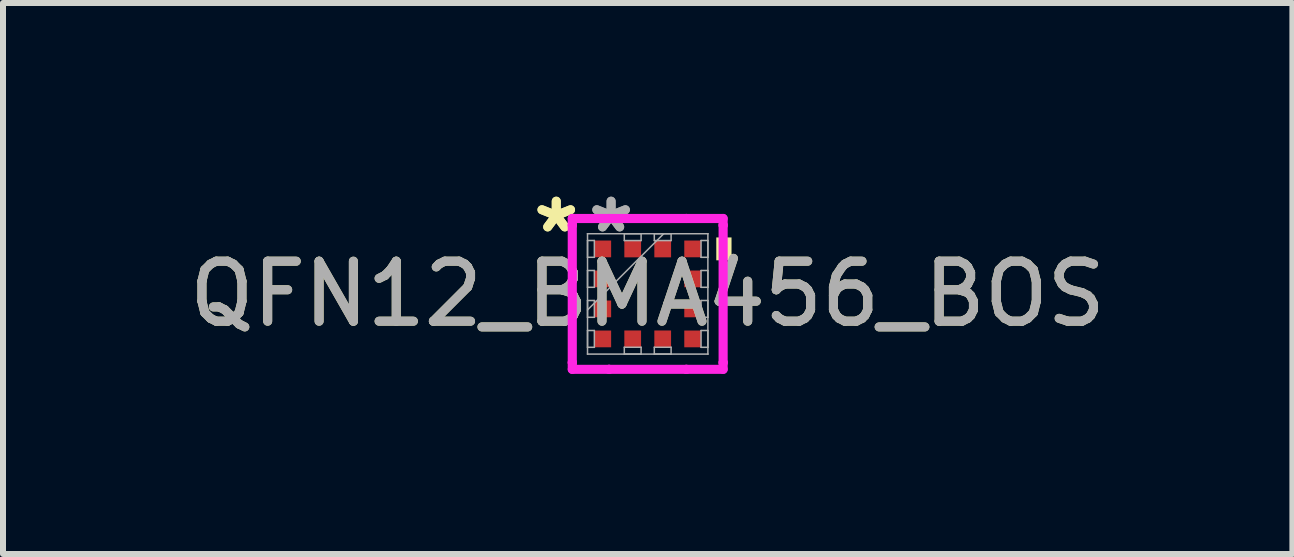
<source format=kicad_pcb>
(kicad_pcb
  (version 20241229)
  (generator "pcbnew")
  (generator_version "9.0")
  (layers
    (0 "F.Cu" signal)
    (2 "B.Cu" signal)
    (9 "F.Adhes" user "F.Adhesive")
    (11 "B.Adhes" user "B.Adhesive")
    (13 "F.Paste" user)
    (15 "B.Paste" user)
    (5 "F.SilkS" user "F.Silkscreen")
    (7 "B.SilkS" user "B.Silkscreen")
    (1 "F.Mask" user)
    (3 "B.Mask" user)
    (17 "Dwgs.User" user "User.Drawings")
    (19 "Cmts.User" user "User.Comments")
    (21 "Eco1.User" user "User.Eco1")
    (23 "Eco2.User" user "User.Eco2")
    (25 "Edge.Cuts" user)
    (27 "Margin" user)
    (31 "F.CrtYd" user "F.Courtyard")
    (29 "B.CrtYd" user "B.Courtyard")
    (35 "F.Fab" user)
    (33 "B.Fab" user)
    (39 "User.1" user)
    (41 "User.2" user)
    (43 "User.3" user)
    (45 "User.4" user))
  (footprint "QFN12_BMA456_BOS"
    (layer "F.Cu")
    (at 7.744 1.848)
    (property "Reference" "QFN12_BMA456_BOS" (at 0 0 0) (unlocked yes) (layer "F.SilkS") (effects (font (size 1 1) (thickness 0.15))))
    (attr smd)
    (fp_poly (pts (xy 1.397 -0.941) (xy 1.397 -0.56) (xy 1.143 -0.56) (xy 1.143 -0.941)) (stroke (width 0) (type solid)) (fill yes) (layer "F.SilkS"))
    (fp_line (start -1.257 -1.257) (end -0.644 -1.257) (stroke (width 0.152) (type solid)) (layer "F.CrtYd"))
    (fp_line (start -1.257 -1.144) (end -1.257 -1.257) (stroke (width 0.152) (type solid)) (layer "F.CrtYd"))
    (fp_line (start -1.257 -1.144) (end -1.257 -1.144) (stroke (width 0.152) (type solid)) (layer "F.CrtYd"))
    (fp_line (start -1.257 1.144) (end -1.257 -1.144) (stroke (width 0.152) (type solid)) (layer "F.CrtYd"))
    (fp_line (start -1.257 1.144) (end -1.257 1.144) (stroke (width 0.152) (type solid)) (layer "F.CrtYd"))
    (fp_line (start -1.257 1.257) (end -1.257 1.144) (stroke (width 0.152) (type solid)) (layer "F.CrtYd"))
    (fp_line (start -0.644 -1.257) (end -0.644 -1.257) (stroke (width 0.152) (type solid)) (layer "F.CrtYd"))
    (fp_line (start -0.644 -1.257) (end 0.644 -1.257) (stroke (width 0.152) (type solid)) (layer "F.CrtYd"))
    (fp_line (start -0.644 1.257) (end -1.257 1.257) (stroke (width 0.152) (type solid)) (layer "F.CrtYd"))
    (fp_line (start -0.644 1.257) (end -0.644 1.257) (stroke (width 0.152) (type solid)) (layer "F.CrtYd"))
    (fp_line (start 0.644 -1.257) (end 0.644 -1.257) (stroke (width 0.152) (type solid)) (layer "F.CrtYd"))
    (fp_line (start 0.644 -1.257) (end 1.257 -1.257) (stroke (width 0.152) (type solid)) (layer "F.CrtYd"))
    (fp_line (start 0.644 1.257) (end -0.644 1.257) (stroke (width 0.152) (type solid)) (layer "F.CrtYd"))
    (fp_line (start 0.644 1.257) (end 0.644 1.257) (stroke (width 0.152) (type solid)) (layer "F.CrtYd"))
    (fp_line (start 1.257 -1.257) (end 1.257 -1.144) (stroke (width 0.152) (type solid)) (layer "F.CrtYd"))
    (fp_line (start 1.257 -1.144) (end 1.257 -1.144) (stroke (width 0.152) (type solid)) (layer "F.CrtYd"))
    (fp_line (start 1.257 -1.144) (end 1.257 1.144) (stroke (width 0.152) (type solid)) (layer "F.CrtYd"))
    (fp_line (start 1.257 1.144) (end 1.257 1.144) (stroke (width 0.152) (type solid)) (layer "F.CrtYd"))
    (fp_line (start 1.257 1.144) (end 1.257 1.257) (stroke (width 0.152) (type solid)) (layer "F.CrtYd"))
    (fp_line (start 1.257 1.257) (end 0.644 1.257) (stroke (width 0.152) (type solid)) (layer "F.CrtYd"))
    (fp_line (start -1.003 -1.003) (end -1.003 -1.003) (stroke (width 0.025) (type solid)) (layer "F.Fab"))
    (fp_line (start -1.003 -1.003) (end -1.003 1.003) (stroke (width 0.025) (type solid)) (layer "F.Fab"))
    (fp_line (start -1.003 -0.89) (end -0.889 -0.89) (stroke (width 0.025) (type solid)) (layer "F.Fab"))
    (fp_line (start -1.003 -0.61) (end -1.003 -0.89) (stroke (width 0.025) (type solid)) (layer "F.Fab"))
    (fp_line (start -1.003 -0.39) (end -0.889 -0.39) (stroke (width 0.025) (type solid)) (layer "F.Fab"))
    (fp_line (start -1.003 -0.11) (end -1.003 -0.39) (stroke (width 0.025) (type solid)) (layer "F.Fab"))
    (fp_line (start -1.003 0.11) (end -0.889 0.11) (stroke (width 0.025) (type solid)) (layer "F.Fab"))
    (fp_line (start -1.003 0.267) (end 0.267 -1.003) (stroke (width 0.025) (type solid)) (layer "F.Fab"))
    (fp_line (start -1.003 0.39) (end -1.003 0.11) (stroke (width 0.025) (type solid)) (layer "F.Fab"))
    (fp_line (start -1.003 0.61) (end -0.889 0.61) (stroke (width 0.025) (type solid)) (layer "F.Fab"))
    (fp_line (start -1.003 0.89) (end -1.003 0.61) (stroke (width 0.025) (type solid)) (layer "F.Fab"))
    (fp_line (start -1.003 1.003) (end -1.003 1.003) (stroke (width 0.025) (type solid)) (layer "F.Fab"))
    (fp_line (start -1.003 1.003) (end 1.003 1.003) (stroke (width 0.025) (type solid)) (layer "F.Fab"))
    (fp_line (start -0.889 -0.89) (end -0.889 -0.61) (stroke (width 0.025) (type solid)) (layer "F.Fab"))
    (fp_line (start -0.889 -0.61) (end -1.003 -0.61) (stroke (width 0.025) (type solid)) (layer "F.Fab"))
    (fp_line (start -0.889 -0.39) (end -0.889 -0.11) (stroke (width 0.025) (type solid)) (layer "F.Fab"))
    (fp_line (start -0.889 -0.11) (end -1.003 -0.11) (stroke (width 0.025) (type solid)) (layer "F.Fab"))
    (fp_line (start -0.889 0.11) (end -0.889 0.39) (stroke (width 0.025) (type solid)) (layer "F.Fab"))
    (fp_line (start -0.889 0.39) (end -1.003 0.39) (stroke (width 0.025) (type solid)) (layer "F.Fab"))
    (fp_line (start -0.889 0.61) (end -0.889 0.89) (stroke (width 0.025) (type solid)) (layer "F.Fab"))
    (fp_line (start -0.889 0.89) (end -1.003 0.89) (stroke (width 0.025) (type solid)) (layer "F.Fab"))
    (fp_line (start -0.39 -1.003) (end -0.11 -1.003) (stroke (width 0.025) (type solid)) (layer "F.Fab"))
    (fp_line (start -0.39 -0.889) (end -0.39 -1.003) (stroke (width 0.025) (type solid)) (layer "F.Fab"))
    (fp_line (start -0.39 0.889) (end -0.11 0.889) (stroke (width 0.025) (type solid)) (layer "F.Fab"))
    (fp_line (start -0.39 1.003) (end -0.39 0.889) (stroke (width 0.025) (type solid)) (layer "F.Fab"))
    (fp_line (start -0.11 -1.003) (end -0.11 -0.889) (stroke (width 0.025) (type solid)) (layer "F.Fab"))
    (fp_line (start -0.11 -0.889) (end -0.39 -0.889) (stroke (width 0.025) (type solid)) (layer "F.Fab"))
    (fp_line (start -0.11 0.889) (end -0.11 1.003) (stroke (width 0.025) (type solid)) (layer "F.Fab"))
    (fp_line (start -0.11 1.003) (end -0.39 1.003) (stroke (width 0.025) (type solid)) (layer "F.Fab"))
    (fp_line (start 0.11 -1.003) (end 0.39 -1.003) (stroke (width 0.025) (type solid)) (layer "F.Fab"))
    (fp_line (start 0.11 -0.889) (end 0.11 -1.003) (stroke (width 0.025) (type solid)) (layer "F.Fab"))
    (fp_line (start 0.11 0.889) (end 0.39 0.889) (stroke (width 0.025) (type solid)) (layer "F.Fab"))
    (fp_line (start 0.11 1.003) (end 0.11 0.889) (stroke (width 0.025) (type solid)) (layer "F.Fab"))
    (fp_line (start 0.39 -1.003) (end 0.39 -0.889) (stroke (width 0.025) (type solid)) (layer "F.Fab"))
    (fp_line (start 0.39 -0.889) (end 0.11 -0.889) (stroke (width 0.025) (type solid)) (layer "F.Fab"))
    (fp_line (start 0.39 0.889) (end 0.39 1.003) (stroke (width 0.025) (type solid)) (layer "F.Fab"))
    (fp_line (start 0.39 1.003) (end 0.11 1.003) (stroke (width 0.025) (type solid)) (layer "F.Fab"))
    (fp_line (start 0.889 -0.89) (end 1.003 -0.89) (stroke (width 0.025) (type solid)) (layer "F.Fab"))
    (fp_line (start 0.889 -0.61) (end 0.889 -0.89) (stroke (width 0.025) (type solid)) (layer "F.Fab"))
    (fp_line (start 0.889 -0.39) (end 1.003 -0.39) (stroke (width 0.025) (type solid)) (layer "F.Fab"))
    (fp_line (start 0.889 -0.11) (end 0.889 -0.39) (stroke (width 0.025) (type solid)) (layer "F.Fab"))
    (fp_line (start 0.889 0.11) (end 1.003 0.11) (stroke (width 0.025) (type solid)) (layer "F.Fab"))
    (fp_line (start 0.889 0.39) (end 0.889 0.11) (stroke (width 0.025) (type solid)) (layer "F.Fab"))
    (fp_line (start 0.889 0.61) (end 1.003 0.61) (stroke (width 0.025) (type solid)) (layer "F.Fab"))
    (fp_line (start 0.889 0.89) (end 0.889 0.61) (stroke (width 0.025) (type solid)) (layer "F.Fab"))
    (fp_line (start 1.003 -1.003) (end -1.003 -1.003) (stroke (width 0.025) (type solid)) (layer "F.Fab"))
    (fp_line (start 1.003 -1.003) (end 1.003 -1.003) (stroke (width 0.025) (type solid)) (layer "F.Fab"))
    (fp_line (start 1.003 -0.89) (end 1.003 -0.61) (stroke (width 0.025) (type solid)) (layer "F.Fab"))
    (fp_line (start 1.003 -0.61) (end 0.889 -0.61) (stroke (width 0.025) (type solid)) (layer "F.Fab"))
    (fp_line (start 1.003 -0.39) (end 1.003 -0.11) (stroke (width 0.025) (type solid)) (layer "F.Fab"))
    (fp_line (start 1.003 -0.11) (end 0.889 -0.11) (stroke (width 0.025) (type solid)) (layer "F.Fab"))
    (fp_line (start 1.003 0.11) (end 1.003 0.39) (stroke (width 0.025) (type solid)) (layer "F.Fab"))
    (fp_line (start 1.003 0.39) (end 0.889 0.39) (stroke (width 0.025) (type solid)) (layer "F.Fab"))
    (fp_line (start 1.003 0.61) (end 1.003 0.89) (stroke (width 0.025) (type solid)) (layer "F.Fab"))
    (fp_line (start 1.003 0.89) (end 0.889 0.89) (stroke (width 0.025) (type solid)) (layer "F.Fab"))
    (fp_line (start 1.003 1.003) (end 1.003 -1.003) (stroke (width 0.025) (type solid)) (layer "F.Fab"))
    (fp_line (start 1.003 1.003) (end 1.003 1.003) (stroke (width 0.025) (type solid)) (layer "F.Fab"))
    (fp_text user "*" (at -1.524 -1 0) (unlocked yes) (layer "F.SilkS") (effects (font (size 1 1) (thickness 0.15))))
    (fp_text user "*" (at -1.524 -1 0) (layer "F.SilkS") (effects (font (size 1 1) (thickness 0.15))))
    (fp_text user "${REFERENCE}" (at 0 0 0) (unlocked yes) (layer "F.Fab") (effects (font (size 1 1) (thickness 0.15))))
    (fp_text user "*" (at -0.61 -1 0) (layer "F.Fab") (effects (font (size 1 1) (thickness 0.15))))
    (fp_text user "*" (at -0.61 -1 0) (unlocked yes) (layer "F.Fab") (effects (font (size 1 1) (thickness 0.15))))
    (pad "1" smd rect (at -0.749 -0.75 90) (size 0.279 0.279) (layers "F.Cu" "F.Mask" "F.Paste"))
    (pad "2" smd rect (at -0.749 -0.25 90) (size 0.279 0.279) (layers "F.Cu" "F.Mask" "F.Paste"))
    (pad "3" smd rect (at -0.749 0.25 90) (size 0.279 0.279) (layers "F.Cu" "F.Mask" "F.Paste"))
    (pad "4" smd rect (at -0.749 0.75 90) (size 0.279 0.279) (layers "F.Cu" "F.Mask" "F.Paste"))
    (pad "5" smd rect (at -0.25 0.749) (size 0.279 0.279) (layers "F.Cu" "F.Mask" "F.Paste"))
    (pad "6" smd rect (at 0.25 0.749) (size 0.279 0.279) (layers "F.Cu" "F.Mask" "F.Paste"))
    (pad "7" smd rect (at 0.749 0.75 90) (size 0.279 0.279) (layers "F.Cu" "F.Mask" "F.Paste"))
    (pad "8" smd rect (at 0.749 0.25 90) (size 0.279 0.279) (layers "F.Cu" "F.Mask" "F.Paste"))
    (pad "9" smd rect (at 0.749 -0.25 90) (size 0.279 0.279) (layers "F.Cu" "F.Mask" "F.Paste"))
    (pad "10" smd rect (at 0.749 -0.75 90) (size 0.279 0.279) (layers "F.Cu" "F.Mask" "F.Paste"))
    (pad "11" smd rect (at 0.25 -0.749) (size 0.279 0.279) (layers "F.Cu" "F.Mask" "F.Paste"))
    (pad "12" smd rect (at -0.25 -0.749) (size 0.279 0.279) (layers "F.Cu" "F.Mask" "F.Paste")))
  (gr_rect
    (start -3 -3)
    (end 18.488 6.182)
    (stroke (width 0.1) (type default))
    (fill no)
    (layer "Edge.Cuts")))
</source>
